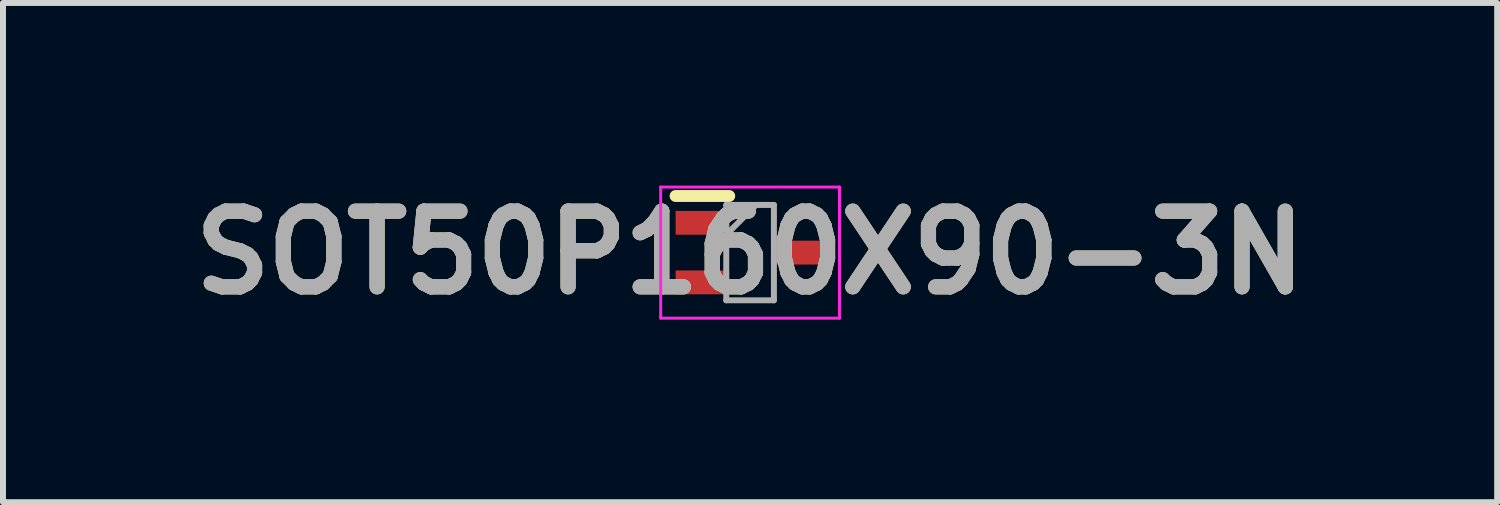
<source format=kicad_pcb>
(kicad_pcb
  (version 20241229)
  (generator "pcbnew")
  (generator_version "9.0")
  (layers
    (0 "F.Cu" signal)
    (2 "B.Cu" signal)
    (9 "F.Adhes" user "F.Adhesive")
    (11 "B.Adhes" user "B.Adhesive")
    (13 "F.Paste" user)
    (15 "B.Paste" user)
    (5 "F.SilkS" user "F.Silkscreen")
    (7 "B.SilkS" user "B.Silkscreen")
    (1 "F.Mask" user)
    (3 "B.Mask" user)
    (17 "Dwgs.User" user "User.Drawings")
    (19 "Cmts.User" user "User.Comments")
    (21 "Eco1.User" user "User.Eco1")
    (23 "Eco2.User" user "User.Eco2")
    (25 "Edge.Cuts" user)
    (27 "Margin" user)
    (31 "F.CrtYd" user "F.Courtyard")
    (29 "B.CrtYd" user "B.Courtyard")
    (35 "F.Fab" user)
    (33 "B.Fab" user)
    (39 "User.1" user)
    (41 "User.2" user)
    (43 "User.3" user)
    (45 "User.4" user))
  (footprint "SOT50P160X90-3N"
    (layer "F.Cu")
    (at 9.537 1.189)
    (property "Reference" "SOT50P160X90-3N" (at 0 0 0) (layer "F.SilkS") (effects (font (size 1.27 1.27) (thickness 0.254))))
    (attr smd)
    (fp_line (start -1.25 -0.95) (end -0.35 -0.95) (stroke (width 0.2) (type solid)) (layer "F.SilkS"))
    (fp_line (start -1.5 -1.1) (end 1.5 -1.1) (stroke (width 0.05) (type solid)) (layer "F.CrtYd"))
    (fp_line (start -1.5 1.1) (end -1.5 -1.1) (stroke (width 0.05) (type solid)) (layer "F.CrtYd"))
    (fp_line (start 1.5 -1.1) (end 1.5 1.1) (stroke (width 0.05) (type solid)) (layer "F.CrtYd"))
    (fp_line (start 1.5 1.1) (end -1.5 1.1) (stroke (width 0.05) (type solid)) (layer "F.CrtYd"))
    (fp_line (start -0.4 -0.8) (end 0.4 -0.8) (stroke (width 0.1) (type solid)) (layer "F.Fab"))
    (fp_line (start -0.4 -0.3) (end 0.1 -0.8) (stroke (width 0.1) (type solid)) (layer "F.Fab"))
    (fp_line (start -0.4 0.8) (end -0.4 -0.8) (stroke (width 0.1) (type solid)) (layer "F.Fab"))
    (fp_line (start 0.4 -0.8) (end 0.4 0.8) (stroke (width 0.1) (type solid)) (layer "F.Fab"))
    (fp_line (start 0.4 0.8) (end -0.4 0.8) (stroke (width 0.1) (type solid)) (layer "F.Fab"))
    (fp_text user "${REFERENCE}" (at 0 0 0) (layer "F.Fab") (effects (font (size 1.27 1.27) (thickness 0.254))))
    (pad "1" smd rect (at -0.8 -0.5 90) (size 0.4 0.9) (layers "F.Cu" "F.Mask" "F.Paste"))
    (pad "2" smd rect (at -0.8 0.5 90) (size 0.4 0.9) (layers "F.Cu" "F.Mask" "F.Paste"))
    (pad "3" smd rect (at 0.8 0 90) (size 0.4 0.9) (layers "F.Cu" "F.Mask" "F.Paste")))
  (gr_rect
    (start -3 -3)
    (end 22.074 5.377)
    (stroke (width 0.1) (type default))
    (fill no)
    (layer "Edge.Cuts")))
</source>
